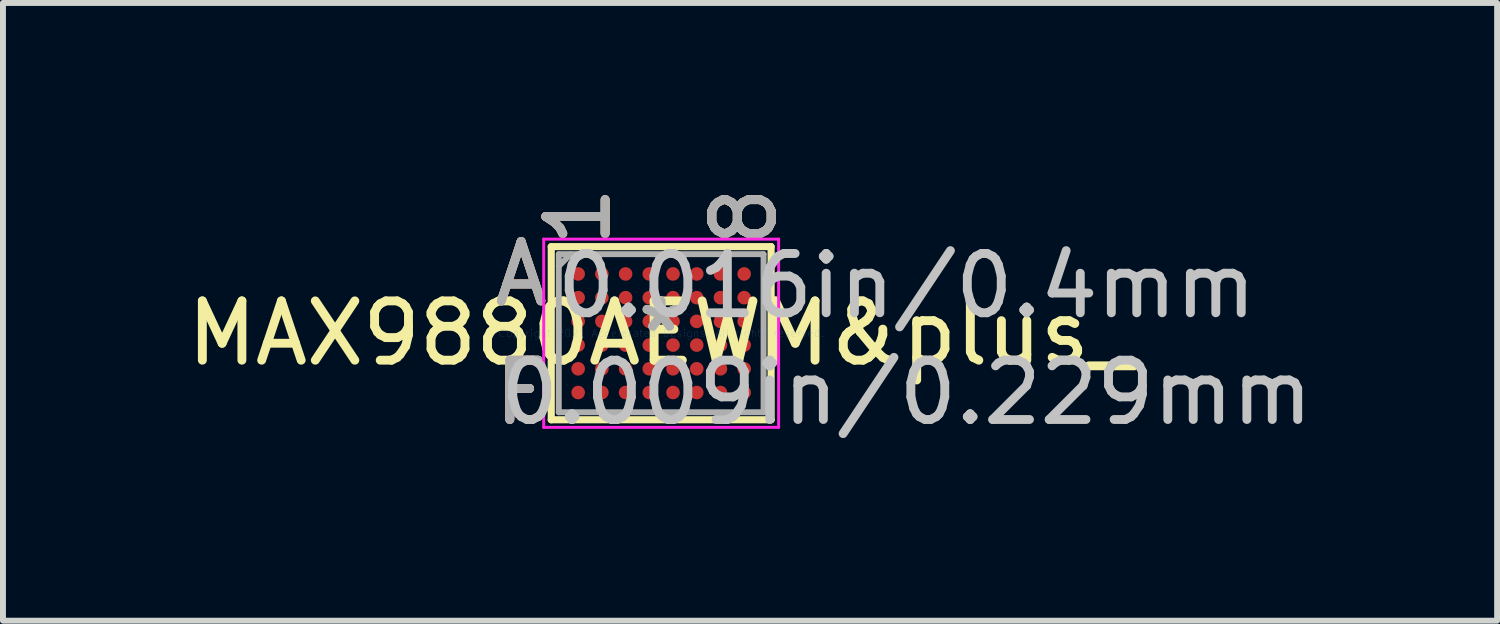
<source format=kicad_pcb>
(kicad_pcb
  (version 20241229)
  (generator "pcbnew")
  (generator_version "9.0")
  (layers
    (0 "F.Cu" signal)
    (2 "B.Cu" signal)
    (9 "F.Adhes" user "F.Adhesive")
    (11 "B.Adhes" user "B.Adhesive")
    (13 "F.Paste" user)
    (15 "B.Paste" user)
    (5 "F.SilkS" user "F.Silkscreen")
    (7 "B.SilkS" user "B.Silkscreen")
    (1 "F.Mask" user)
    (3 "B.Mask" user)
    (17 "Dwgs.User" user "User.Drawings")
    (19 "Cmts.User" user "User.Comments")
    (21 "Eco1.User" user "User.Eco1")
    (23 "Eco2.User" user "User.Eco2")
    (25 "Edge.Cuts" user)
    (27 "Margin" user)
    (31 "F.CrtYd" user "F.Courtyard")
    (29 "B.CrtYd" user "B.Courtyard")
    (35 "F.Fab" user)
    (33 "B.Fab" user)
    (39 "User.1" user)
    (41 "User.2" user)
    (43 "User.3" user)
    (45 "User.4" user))
  (footprint "MAX9880AEWM&plus_"
    (layer "F.Cu")
    (at 8.101 2.57)
    (property "Reference" "MAX9880AEWM&plus_" (at 0 0 0) (layer "F.SilkS") (effects (font (size 1 1) (thickness 0.15))))
    (attr through_hole)
    (fp_line (start -1.854 -1.46) (end -1.854 1.46) (stroke (width 0.12) (type solid)) (layer "F.SilkS"))
    (fp_line (start -1.854 1.46) (end 1.854 1.46) (stroke (width 0.12) (type solid)) (layer "F.SilkS"))
    (fp_line (start 1.854 -1.46) (end -1.854 -1.46) (stroke (width 0.12) (type solid)) (layer "F.SilkS"))
    (fp_line (start 1.854 1.46) (end 1.854 -1.46) (stroke (width 0.12) (type solid)) (layer "F.SilkS"))
    (fp_line (start -1.981 -1.587) (end 1.981 -1.587) (stroke (width 0.05) (type solid)) (layer "F.CrtYd"))
    (fp_line (start -1.981 1.587) (end -1.981 -1.587) (stroke (width 0.05) (type solid)) (layer "F.CrtYd"))
    (fp_line (start 1.981 -1.587) (end 1.981 1.587) (stroke (width 0.05) (type solid)) (layer "F.CrtYd"))
    (fp_line (start 1.981 1.587) (end -1.981 1.587) (stroke (width 0.05) (type solid)) (layer "F.CrtYd"))
    (fp_line (start -1.727 -1.333) (end -1.727 1.333) (stroke (width 0.1) (type solid)) (layer "F.Fab"))
    (fp_line (start -1.727 1.333) (end 1.727 1.333) (stroke (width 0.1) (type solid)) (layer "F.Fab"))
    (fp_line (start -1.527 -1.333) (end -1.727 -1.133) (stroke (width 0.1) (type solid)) (layer "F.Fab"))
    (fp_line (start 1.727 -1.333) (end -1.727 -1.333) (stroke (width 0.1) (type solid)) (layer "F.Fab"))
    (fp_line (start 1.727 1.333) (end 1.727 -1.333) (stroke (width 0.1) (type solid)) (layer "F.Fab"))
    (fp_text user "8" (at 1.4 -1.968 90) (layer "F.SilkS") (effects (font (size 1 1) (thickness 0.15))))
    (fp_text user "1" (at -1.4 -1.968 90) (layer "F.SilkS") (effects (font (size 1 1) (thickness 0.15))))
    (fp_text user "A" (at -2.362 -1 0) (layer "F.SilkS") (effects (font (size 1 1) (thickness 0.15))))
    (fp_text user "F" (at -2.362 1 0) (layer "F.SilkS") (effects (font (size 1 1) (thickness 0.15))))
    (fp_text user "*" (at 0 0 0) (layer "F.SilkS") (effects (font (size 1 1) (thickness 0.15))))
    (fp_text user "A" (at -2.362 -1 0) (layer "B.SilkS") (effects (font (size 1 1) (thickness 0.15))))
    (fp_text user "F" (at -2.362 1 0) (layer "B.SilkS") (effects (font (size 1 1) (thickness 0.15))))
    (fp_text user "8" (at 1.4 -1.968 90) (layer "B.SilkS") (effects (font (size 1 1) (thickness 0.15))))
    (fp_text user "1" (at -1.4 -1.968 90) (layer "B.SilkS") (effects (font (size 1 1) (thickness 0.15))))
    (fp_text user "0.016in/0.4mm" (at 4.14 -0.8 0) (layer "Dwgs.User") (effects (font (size 1 1) (thickness 0.15))))
    (fp_text user "0.009in/0.229mm" (at 4.14 1 0) (layer "Dwgs.User") (effects (font (size 1 1) (thickness 0.15))))
    (fp_text user "Copyright 2021 Accelerated Designs. All rights reserved." (at 0 0 0) (layer "Cmts.User") (effects (font (size 0.127 0.127) (thickness 0.002))))
    (fp_text user "*" (at 0 0 0) (layer "F.Fab") (effects (font (size 1 1) (thickness 0.15))))
    (fp_text user "F" (at -2.362 1 0) (layer "F.Fab") (effects (font (size 1 1) (thickness 0.15))))
    (fp_text user "8" (at 1.4 -1.968 90) (layer "F.Fab") (effects (font (size 1 1) (thickness 0.15))))
    (fp_text user "A" (at -2.362 -1 0) (layer "F.Fab") (effects (font (size 1 1) (thickness 0.15))))
    (fp_text user "1" (at -1.4 -1.968 90) (layer "F.Fab") (effects (font (size 1 1) (thickness 0.15))))
    (pad "A1" smd circle (at -1.4 -1) (size 0.229 0.229) (layers "F.Cu" "F.Mask" "F.Paste"))
    (pad "A2" smd circle (at -1 -1) (size 0.229 0.229) (layers "F.Cu" "F.Mask" "F.Paste"))
    (pad "A3" smd circle (at -0.6 -1) (size 0.229 0.229) (layers "F.Cu" "F.Mask" "F.Paste"))
    (pad "A4" smd circle (at -0.2 -1) (size 0.229 0.229) (layers "F.Cu" "F.Mask" "F.Paste"))
    (pad "A5" smd circle (at 0.2 -1) (size 0.229 0.229) (layers "F.Cu" "F.Mask" "F.Paste"))
    (pad "A6" smd circle (at 0.6 -1) (size 0.229 0.229) (layers "F.Cu" "F.Mask" "F.Paste"))
    (pad "A7" smd circle (at 1 -1) (size 0.229 0.229) (layers "F.Cu" "F.Mask" "F.Paste"))
    (pad "A8" smd circle (at 1.4 -1) (size 0.229 0.229) (layers "F.Cu" "F.Mask" "F.Paste"))
    (pad "B1" smd circle (at -1.4 -0.6) (size 0.229 0.229) (layers "F.Cu" "F.Mask" "F.Paste"))
    (pad "B2" smd circle (at -1 -0.6) (size 0.229 0.229) (layers "F.Cu" "F.Mask" "F.Paste"))
    (pad "B3" smd circle (at -0.6 -0.6) (size 0.229 0.229) (layers "F.Cu" "F.Mask" "F.Paste"))
    (pad "B4" smd circle (at -0.2 -0.6) (size 0.229 0.229) (layers "F.Cu" "F.Mask" "F.Paste"))
    (pad "B5" smd circle (at 0.2 -0.6) (size 0.229 0.229) (layers "F.Cu" "F.Mask" "F.Paste"))
    (pad "B6" smd circle (at 0.6 -0.6) (size 0.229 0.229) (layers "F.Cu" "F.Mask" "F.Paste"))
    (pad "B7" smd circle (at 1 -0.6) (size 0.229 0.229) (layers "F.Cu" "F.Mask" "F.Paste"))
    (pad "B8" smd circle (at 1.4 -0.6) (size 0.229 0.229) (layers "F.Cu" "F.Mask" "F.Paste"))
    (pad "C1" smd circle (at -1.4 -0.2) (size 0.229 0.229) (layers "F.Cu" "F.Mask" "F.Paste"))
    (pad "C2" smd circle (at -1 -0.2) (size 0.229 0.229) (layers "F.Cu" "F.Mask" "F.Paste"))
    (pad "C3" smd circle (at -0.6 -0.2) (size 0.229 0.229) (layers "F.Cu" "F.Mask" "F.Paste"))
    (pad "C4" smd circle (at -0.2 -0.2) (size 0.229 0.229) (layers "F.Cu" "F.Mask" "F.Paste"))
    (pad "C5" smd circle (at 0.2 -0.2) (size 0.229 0.229) (layers "F.Cu" "F.Mask" "F.Paste"))
    (pad "C6" smd circle (at 0.6 -0.2) (size 0.229 0.229) (layers "F.Cu" "F.Mask" "F.Paste"))
    (pad "C7" smd circle (at 1 -0.2) (size 0.229 0.229) (layers "F.Cu" "F.Mask" "F.Paste"))
    (pad "C8" smd circle (at 1.4 -0.2) (size 0.229 0.229) (layers "F.Cu" "F.Mask" "F.Paste"))
    (pad "D1" smd circle (at -1.4 0.2) (size 0.229 0.229) (layers "F.Cu" "F.Mask" "F.Paste"))
    (pad "D2" smd circle (at -1 0.2) (size 0.229 0.229) (layers "F.Cu" "F.Mask" "F.Paste"))
    (pad "D3" smd circle (at -0.6 0.2) (size 0.229 0.229) (layers "F.Cu" "F.Mask" "F.Paste"))
    (pad "D4" smd circle (at -0.2 0.2) (size 0.229 0.229) (layers "F.Cu" "F.Mask" "F.Paste"))
    (pad "D5" smd circle (at 0.2 0.2) (size 0.229 0.229) (layers "F.Cu" "F.Mask" "F.Paste"))
    (pad "D6" smd circle (at 0.6 0.2) (size 0.229 0.229) (layers "F.Cu" "F.Mask" "F.Paste"))
    (pad "D7" smd circle (at 1 0.2) (size 0.229 0.229) (layers "F.Cu" "F.Mask" "F.Paste"))
    (pad "D8" smd circle (at 1.4 0.2) (size 0.229 0.229) (layers "F.Cu" "F.Mask" "F.Paste"))
    (pad "E1" smd circle (at -1.4 0.6) (size 0.229 0.229) (layers "F.Cu" "F.Mask" "F.Paste"))
    (pad "E2" smd circle (at -1 0.6) (size 0.229 0.229) (layers "F.Cu" "F.Mask" "F.Paste"))
    (pad "E3" smd circle (at -0.6 0.6) (size 0.229 0.229) (layers "F.Cu" "F.Mask" "F.Paste"))
    (pad "E4" smd circle (at -0.2 0.6) (size 0.229 0.229) (layers "F.Cu" "F.Mask" "F.Paste"))
    (pad "E5" smd circle (at 0.2 0.6) (size 0.229 0.229) (layers "F.Cu" "F.Mask" "F.Paste"))
    (pad "E6" smd circle (at 0.6 0.6) (size 0.229 0.229) (layers "F.Cu" "F.Mask" "F.Paste"))
    (pad "E7" smd circle (at 1 0.6) (size 0.229 0.229) (layers "F.Cu" "F.Mask" "F.Paste"))
    (pad "E8" smd circle (at 1.4 0.6) (size 0.229 0.229) (layers "F.Cu" "F.Mask" "F.Paste"))
    (pad "F1" smd circle (at -1.4 1) (size 0.229 0.229) (layers "F.Cu" "F.Mask" "F.Paste"))
    (pad "F2" smd circle (at -1 1) (size 0.229 0.229) (layers "F.Cu" "F.Mask" "F.Paste"))
    (pad "F3" smd circle (at -0.6 1) (size 0.229 0.229) (layers "F.Cu" "F.Mask" "F.Paste"))
    (pad "F4" smd circle (at -0.2 1) (size 0.229 0.229) (layers "F.Cu" "F.Mask" "F.Paste"))
    (pad "F5" smd circle (at 0.2 1) (size 0.229 0.229) (layers "F.Cu" "F.Mask" "F.Paste"))
    (pad "F6" smd circle (at 0.6 1) (size 0.229 0.229) (layers "F.Cu" "F.Mask" "F.Paste"))
    (pad "F7" smd circle (at 1 1) (size 0.229 0.229) (layers "F.Cu" "F.Mask" "F.Paste"))
    (pad "F8" smd circle (at 1.4 1) (size 0.229 0.229) (layers "F.Cu" "F.Mask" "F.Paste")))
  (gr_rect
    (start -3 -3)
    (end 22.2 7.418)
    (stroke (width 0.1) (type default))
    (fill no)
    (layer "Edge.Cuts")))
</source>
